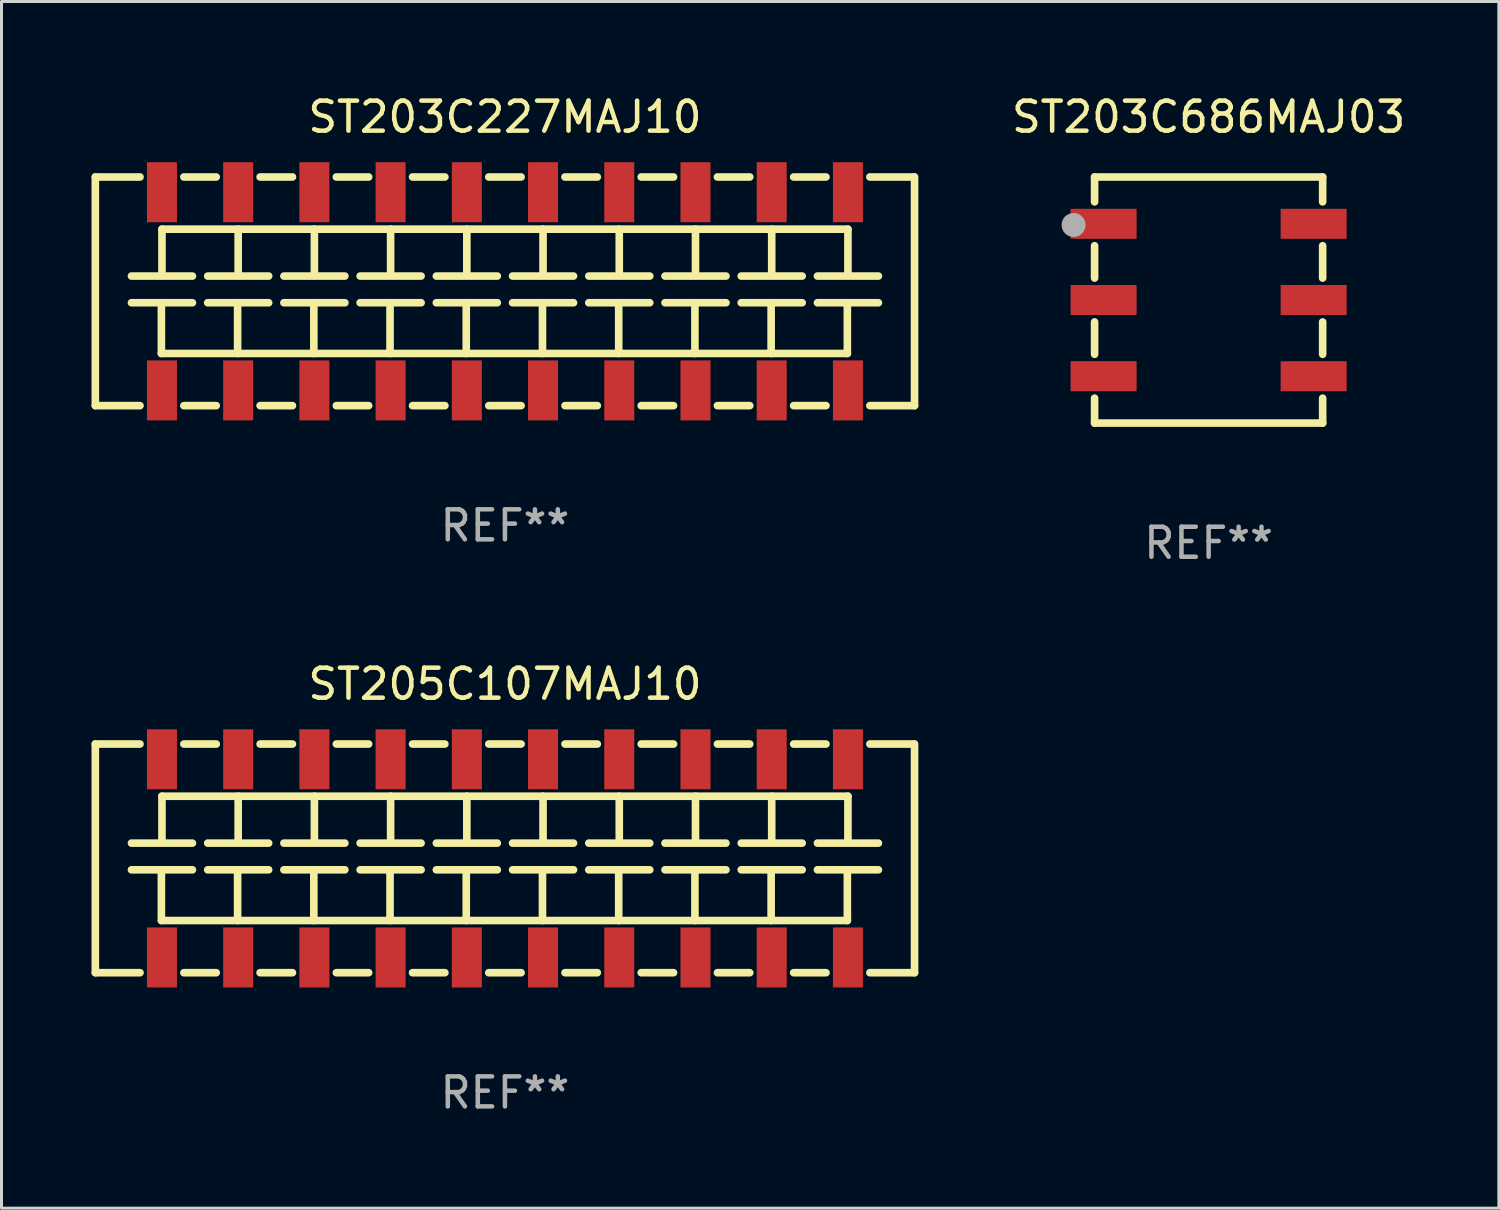
<source format=kicad_pcb>
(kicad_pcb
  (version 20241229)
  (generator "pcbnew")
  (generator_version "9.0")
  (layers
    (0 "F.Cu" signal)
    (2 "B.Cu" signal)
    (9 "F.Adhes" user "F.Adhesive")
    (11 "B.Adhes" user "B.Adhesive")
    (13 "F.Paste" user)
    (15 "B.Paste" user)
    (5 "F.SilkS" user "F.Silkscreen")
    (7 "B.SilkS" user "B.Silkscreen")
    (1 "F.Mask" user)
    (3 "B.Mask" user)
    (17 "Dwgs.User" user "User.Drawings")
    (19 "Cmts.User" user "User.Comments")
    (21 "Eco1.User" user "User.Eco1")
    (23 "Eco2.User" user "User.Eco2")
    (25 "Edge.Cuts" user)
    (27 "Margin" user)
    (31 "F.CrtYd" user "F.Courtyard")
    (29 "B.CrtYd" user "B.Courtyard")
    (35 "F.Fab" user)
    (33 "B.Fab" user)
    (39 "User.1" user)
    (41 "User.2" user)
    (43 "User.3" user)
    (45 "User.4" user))
  (footprint "ST203C227MAJ10"
    (layer "F.Cu")
    (at 13.777 6.658)
    (property "Reference" "ST203C227MAJ10" (at 0 -5.81 0) (layer "F.SilkS") (effects (font (size 1 1) (thickness 0.15))))
    (attr through_hole)
    (fp_line (start -13.65 -3.81) (end -12.161 -3.81) (stroke (width 0.254) (type solid)) (layer "F.SilkS"))
    (fp_line (start -13.65 3.81) (end -13.65 -3.81) (stroke (width 0.254) (type solid)) (layer "F.SilkS"))
    (fp_line (start -12.446 -0.508) (end -10.414 -0.508) (stroke (width 0.254) (type solid)) (layer "F.SilkS"))
    (fp_line (start -12.446 0.381) (end -10.414 0.381) (stroke (width 0.254) (type solid)) (layer "F.SilkS"))
    (fp_line (start -12.161 3.81) (end -13.65 3.81) (stroke (width 0.254) (type solid)) (layer "F.SilkS"))
    (fp_line (start -11.449 0.381) (end -11.449 2.071) (stroke (width 0.254) (type solid)) (layer "F.SilkS"))
    (fp_line (start -11.449 2.071) (end 11.411 2.071) (stroke (width 0.254) (type solid)) (layer "F.SilkS"))
    (fp_line (start -11.43 -0.635) (end -11.43 -2.071) (stroke (width 0.254) (type solid)) (layer "F.SilkS"))
    (fp_line (start -10.699 -3.81) (end -9.621 -3.81) (stroke (width 0.254) (type solid)) (layer "F.SilkS"))
    (fp_line (start -9.906 -0.508) (end -7.874 -0.508) (stroke (width 0.254) (type solid)) (layer "F.SilkS"))
    (fp_line (start -9.906 0.381) (end -7.874 0.381) (stroke (width 0.254) (type solid)) (layer "F.SilkS"))
    (fp_line (start -9.621 3.81) (end -10.699 3.81) (stroke (width 0.254) (type solid)) (layer "F.SilkS"))
    (fp_line (start -8.909 0.381) (end -8.909 2.071) (stroke (width 0.254) (type solid)) (layer "F.SilkS"))
    (fp_line (start -8.89 -0.635) (end -8.89 -2.071) (stroke (width 0.254) (type solid)) (layer "F.SilkS"))
    (fp_line (start -8.159 -3.81) (end -7.081 -3.81) (stroke (width 0.254) (type solid)) (layer "F.SilkS"))
    (fp_line (start -7.366 -0.508) (end -5.334 -0.508) (stroke (width 0.254) (type solid)) (layer "F.SilkS"))
    (fp_line (start -7.366 0.381) (end -5.334 0.381) (stroke (width 0.254) (type solid)) (layer "F.SilkS"))
    (fp_line (start -7.081 3.81) (end -8.159 3.81) (stroke (width 0.254) (type solid)) (layer "F.SilkS"))
    (fp_line (start -6.369 0.381) (end -6.369 2.071) (stroke (width 0.254) (type solid)) (layer "F.SilkS"))
    (fp_line (start -6.35 -0.635) (end -6.35 -2.071) (stroke (width 0.254) (type solid)) (layer "F.SilkS"))
    (fp_line (start -5.619 -3.81) (end -4.541 -3.81) (stroke (width 0.254) (type solid)) (layer "F.SilkS"))
    (fp_line (start -4.826 -0.508) (end -2.794 -0.508) (stroke (width 0.254) (type solid)) (layer "F.SilkS"))
    (fp_line (start -4.826 0.381) (end -2.794 0.381) (stroke (width 0.254) (type solid)) (layer "F.SilkS"))
    (fp_line (start -4.541 3.81) (end -5.619 3.81) (stroke (width 0.254) (type solid)) (layer "F.SilkS"))
    (fp_line (start -3.829 0.381) (end -3.829 2.071) (stroke (width 0.254) (type solid)) (layer "F.SilkS"))
    (fp_line (start -3.81 -0.635) (end -3.81 -2.071) (stroke (width 0.254) (type solid)) (layer "F.SilkS"))
    (fp_line (start -3.079 -3.81) (end -2.001 -3.81) (stroke (width 0.254) (type solid)) (layer "F.SilkS"))
    (fp_line (start -2.286 -0.508) (end -0.254 -0.508) (stroke (width 0.254) (type solid)) (layer "F.SilkS"))
    (fp_line (start -2.286 0.381) (end -0.254 0.381) (stroke (width 0.254) (type solid)) (layer "F.SilkS"))
    (fp_line (start -2.001 3.81) (end -3.079 3.81) (stroke (width 0.254) (type solid)) (layer "F.SilkS"))
    (fp_line (start -1.289 0.381) (end -1.289 2.071) (stroke (width 0.254) (type solid)) (layer "F.SilkS"))
    (fp_line (start -1.27 -0.635) (end -1.27 -2.071) (stroke (width 0.254) (type solid)) (layer "F.SilkS"))
    (fp_line (start -0.539 -3.81) (end 0.539 -3.81) (stroke (width 0.254) (type solid)) (layer "F.SilkS"))
    (fp_line (start 0.254 -0.508) (end 2.286 -0.508) (stroke (width 0.254) (type solid)) (layer "F.SilkS"))
    (fp_line (start 0.254 0.381) (end 2.286 0.381) (stroke (width 0.254) (type solid)) (layer "F.SilkS"))
    (fp_line (start 0.539 3.81) (end -0.539 3.81) (stroke (width 0.254) (type solid)) (layer "F.SilkS"))
    (fp_line (start 1.251 0.381) (end 1.251 2.071) (stroke (width 0.254) (type solid)) (layer "F.SilkS"))
    (fp_line (start 1.27 -0.635) (end 1.27 -2.071) (stroke (width 0.254) (type solid)) (layer "F.SilkS"))
    (fp_line (start 2.001 -3.81) (end 3.079 -3.81) (stroke (width 0.254) (type solid)) (layer "F.SilkS"))
    (fp_line (start 2.794 -0.508) (end 4.826 -0.508) (stroke (width 0.254) (type solid)) (layer "F.SilkS"))
    (fp_line (start 2.794 0.381) (end 4.826 0.381) (stroke (width 0.254) (type solid)) (layer "F.SilkS"))
    (fp_line (start 3.079 3.81) (end 2.001 3.81) (stroke (width 0.254) (type solid)) (layer "F.SilkS"))
    (fp_line (start 3.791 0.381) (end 3.791 2.071) (stroke (width 0.254) (type solid)) (layer "F.SilkS"))
    (fp_line (start 3.81 -0.635) (end 3.81 -2.071) (stroke (width 0.254) (type solid)) (layer "F.SilkS"))
    (fp_line (start 4.541 -3.81) (end 5.619 -3.81) (stroke (width 0.254) (type solid)) (layer "F.SilkS"))
    (fp_line (start 5.334 -0.508) (end 7.366 -0.508) (stroke (width 0.254) (type solid)) (layer "F.SilkS"))
    (fp_line (start 5.334 0.381) (end 7.366 0.381) (stroke (width 0.254) (type solid)) (layer "F.SilkS"))
    (fp_line (start 5.619 3.81) (end 4.541 3.81) (stroke (width 0.254) (type solid)) (layer "F.SilkS"))
    (fp_line (start 6.331 0.381) (end 6.331 2.071) (stroke (width 0.254) (type solid)) (layer "F.SilkS"))
    (fp_line (start 6.35 -0.635) (end 6.35 -2.071) (stroke (width 0.254) (type solid)) (layer "F.SilkS"))
    (fp_line (start 7.081 -3.81) (end 8.159 -3.81) (stroke (width 0.254) (type solid)) (layer "F.SilkS"))
    (fp_line (start 7.874 -0.508) (end 9.906 -0.508) (stroke (width 0.254) (type solid)) (layer "F.SilkS"))
    (fp_line (start 7.874 0.381) (end 9.906 0.381) (stroke (width 0.254) (type solid)) (layer "F.SilkS"))
    (fp_line (start 8.159 3.81) (end 7.081 3.81) (stroke (width 0.254) (type solid)) (layer "F.SilkS"))
    (fp_line (start 8.871 0.381) (end 8.871 2.071) (stroke (width 0.254) (type solid)) (layer "F.SilkS"))
    (fp_line (start 8.89 -0.635) (end 8.89 -2.071) (stroke (width 0.254) (type solid)) (layer "F.SilkS"))
    (fp_line (start 9.621 -3.81) (end 10.699 -3.81) (stroke (width 0.254) (type solid)) (layer "F.SilkS"))
    (fp_line (start 10.414 -0.508) (end 12.446 -0.508) (stroke (width 0.254) (type solid)) (layer "F.SilkS"))
    (fp_line (start 10.414 0.381) (end 12.446 0.381) (stroke (width 0.254) (type solid)) (layer "F.SilkS"))
    (fp_line (start 10.699 3.81) (end 9.621 3.81) (stroke (width 0.254) (type solid)) (layer "F.SilkS"))
    (fp_line (start 11.411 0.381) (end 11.411 2.071) (stroke (width 0.254) (type solid)) (layer "F.SilkS"))
    (fp_line (start 11.43 -2.071) (end -11.43 -2.071) (stroke (width 0.254) (type solid)) (layer "F.SilkS"))
    (fp_line (start 11.43 -0.635) (end 11.43 -2.071) (stroke (width 0.254) (type solid)) (layer "F.SilkS"))
    (fp_line (start 12.161 -3.81) (end 13.64 -3.81) (stroke (width 0.254) (type solid)) (layer "F.SilkS"))
    (fp_line (start 13.65 -3.81) (end 13.65 3.81) (stroke (width 0.254) (type solid)) (layer "F.SilkS"))
    (fp_line (start 13.65 3.81) (end 12.161 3.81) (stroke (width 0.254) (type solid)) (layer "F.SilkS"))
    (fp_circle (center -13.65 3.81) (end -13.62 3.81) (stroke (width 0.06) (type solid)) (fill no) (layer "F.SilkS"))
    (fp_text user "REF**" (at 0 7.81 0) (layer "F.Fab") (effects (font (size 1 1) (thickness 0.15))))
    (pad "1" smd rect (at -11.43 3.302) (size 1 2) (layers "F.Cu" "F.Mask" "F.Paste"))
    (pad "2" smd rect (at -11.43 -3.302) (size 1 2) (layers "F.Cu" "F.Mask" "F.Paste"))
    (pad "3" smd rect (at -8.89 3.302) (size 1 2) (layers "F.Cu" "F.Mask" "F.Paste"))
    (pad "4" smd rect (at -8.89 -3.302) (size 1 2) (layers "F.Cu" "F.Mask" "F.Paste"))
    (pad "5" smd rect (at -6.35 3.302) (size 1 2) (layers "F.Cu" "F.Mask" "F.Paste"))
    (pad "6" smd rect (at -6.35 -3.302) (size 1 2) (layers "F.Cu" "F.Mask" "F.Paste"))
    (pad "7" smd rect (at -3.81 3.302) (size 1 2) (layers "F.Cu" "F.Mask" "F.Paste"))
    (pad "8" smd rect (at -3.81 -3.302) (size 1 2) (layers "F.Cu" "F.Mask" "F.Paste"))
    (pad "9" smd rect (at -1.27 3.302) (size 1 2) (layers "F.Cu" "F.Mask" "F.Paste"))
    (pad "10" smd rect (at -1.27 -3.302) (size 1 2) (layers "F.Cu" "F.Mask" "F.Paste"))
    (pad "11" smd rect (at 1.27 3.302) (size 1 2) (layers "F.Cu" "F.Mask" "F.Paste"))
    (pad "12" smd rect (at 1.27 -3.302) (size 1 2) (layers "F.Cu" "F.Mask" "F.Paste"))
    (pad "13" smd rect (at 3.81 3.302) (size 1 2) (layers "F.Cu" "F.Mask" "F.Paste"))
    (pad "14" smd rect (at 3.81 -3.302) (size 1 2) (layers "F.Cu" "F.Mask" "F.Paste"))
    (pad "15" smd rect (at 6.35 3.302) (size 1 2) (layers "F.Cu" "F.Mask" "F.Paste"))
    (pad "16" smd rect (at 6.35 -3.302) (size 1 2) (layers "F.Cu" "F.Mask" "F.Paste"))
    (pad "17" smd rect (at 8.89 3.302) (size 1 2) (layers "F.Cu" "F.Mask" "F.Paste"))
    (pad "18" smd rect (at 8.89 -3.302) (size 1 2) (layers "F.Cu" "F.Mask" "F.Paste"))
    (pad "19" smd rect (at 11.43 3.302) (size 1 2) (layers "F.Cu" "F.Mask" "F.Paste"))
    (pad "20" smd rect (at 11.43 -3.302) (size 1 2) (layers "F.Cu" "F.Mask" "F.Paste")))
  (footprint "ST205C107MAJ10"
    (layer "F.Cu")
    (at 13.777 25.555)
    (property "Reference" "ST205C107MAJ10" (at 0 -5.81 0) (layer "F.SilkS") (effects (font (size 1 1) (thickness 0.15))))
    (attr through_hole)
    (fp_line (start -13.65 -3.81) (end -12.161 -3.81) (stroke (width 0.254) (type solid)) (layer "F.SilkS"))
    (fp_line (start -13.65 3.81) (end -13.65 -3.81) (stroke (width 0.254) (type solid)) (layer "F.SilkS"))
    (fp_line (start -12.446 -0.508) (end -10.414 -0.508) (stroke (width 0.254) (type solid)) (layer "F.SilkS"))
    (fp_line (start -12.446 0.381) (end -10.414 0.381) (stroke (width 0.254) (type solid)) (layer "F.SilkS"))
    (fp_line (start -12.161 3.81) (end -13.65 3.81) (stroke (width 0.254) (type solid)) (layer "F.SilkS"))
    (fp_line (start -11.449 0.381) (end -11.449 2.071) (stroke (width 0.254) (type solid)) (layer "F.SilkS"))
    (fp_line (start -11.449 2.071) (end 11.411 2.071) (stroke (width 0.254) (type solid)) (layer "F.SilkS"))
    (fp_line (start -11.43 -0.635) (end -11.43 -2.071) (stroke (width 0.254) (type solid)) (layer "F.SilkS"))
    (fp_line (start -10.699 -3.81) (end -9.621 -3.81) (stroke (width 0.254) (type solid)) (layer "F.SilkS"))
    (fp_line (start -9.906 -0.508) (end -7.874 -0.508) (stroke (width 0.254) (type solid)) (layer "F.SilkS"))
    (fp_line (start -9.906 0.381) (end -7.874 0.381) (stroke (width 0.254) (type solid)) (layer "F.SilkS"))
    (fp_line (start -9.621 3.81) (end -10.699 3.81) (stroke (width 0.254) (type solid)) (layer "F.SilkS"))
    (fp_line (start -8.909 0.381) (end -8.909 2.071) (stroke (width 0.254) (type solid)) (layer "F.SilkS"))
    (fp_line (start -8.89 -0.635) (end -8.89 -2.071) (stroke (width 0.254) (type solid)) (layer "F.SilkS"))
    (fp_line (start -8.159 -3.81) (end -7.081 -3.81) (stroke (width 0.254) (type solid)) (layer "F.SilkS"))
    (fp_line (start -7.366 -0.508) (end -5.334 -0.508) (stroke (width 0.254) (type solid)) (layer "F.SilkS"))
    (fp_line (start -7.366 0.381) (end -5.334 0.381) (stroke (width 0.254) (type solid)) (layer "F.SilkS"))
    (fp_line (start -7.081 3.81) (end -8.159 3.81) (stroke (width 0.254) (type solid)) (layer "F.SilkS"))
    (fp_line (start -6.369 0.381) (end -6.369 2.071) (stroke (width 0.254) (type solid)) (layer "F.SilkS"))
    (fp_line (start -6.35 -0.635) (end -6.35 -2.071) (stroke (width 0.254) (type solid)) (layer "F.SilkS"))
    (fp_line (start -5.619 -3.81) (end -4.541 -3.81) (stroke (width 0.254) (type solid)) (layer "F.SilkS"))
    (fp_line (start -4.826 -0.508) (end -2.794 -0.508) (stroke (width 0.254) (type solid)) (layer "F.SilkS"))
    (fp_line (start -4.826 0.381) (end -2.794 0.381) (stroke (width 0.254) (type solid)) (layer "F.SilkS"))
    (fp_line (start -4.541 3.81) (end -5.619 3.81) (stroke (width 0.254) (type solid)) (layer "F.SilkS"))
    (fp_line (start -3.829 0.381) (end -3.829 2.071) (stroke (width 0.254) (type solid)) (layer "F.SilkS"))
    (fp_line (start -3.81 -0.635) (end -3.81 -2.071) (stroke (width 0.254) (type solid)) (layer "F.SilkS"))
    (fp_line (start -3.079 -3.81) (end -2.001 -3.81) (stroke (width 0.254) (type solid)) (layer "F.SilkS"))
    (fp_line (start -2.286 -0.508) (end -0.254 -0.508) (stroke (width 0.254) (type solid)) (layer "F.SilkS"))
    (fp_line (start -2.286 0.381) (end -0.254 0.381) (stroke (width 0.254) (type solid)) (layer "F.SilkS"))
    (fp_line (start -2.001 3.81) (end -3.079 3.81) (stroke (width 0.254) (type solid)) (layer "F.SilkS"))
    (fp_line (start -1.289 0.381) (end -1.289 2.071) (stroke (width 0.254) (type solid)) (layer "F.SilkS"))
    (fp_line (start -1.27 -0.635) (end -1.27 -2.071) (stroke (width 0.254) (type solid)) (layer "F.SilkS"))
    (fp_line (start -0.539 -3.81) (end 0.539 -3.81) (stroke (width 0.254) (type solid)) (layer "F.SilkS"))
    (fp_line (start 0.254 -0.508) (end 2.286 -0.508) (stroke (width 0.254) (type solid)) (layer "F.SilkS"))
    (fp_line (start 0.254 0.381) (end 2.286 0.381) (stroke (width 0.254) (type solid)) (layer "F.SilkS"))
    (fp_line (start 0.539 3.81) (end -0.539 3.81) (stroke (width 0.254) (type solid)) (layer "F.SilkS"))
    (fp_line (start 1.251 0.381) (end 1.251 2.071) (stroke (width 0.254) (type solid)) (layer "F.SilkS"))
    (fp_line (start 1.27 -0.635) (end 1.27 -2.071) (stroke (width 0.254) (type solid)) (layer "F.SilkS"))
    (fp_line (start 2.001 -3.81) (end 3.079 -3.81) (stroke (width 0.254) (type solid)) (layer "F.SilkS"))
    (fp_line (start 2.794 -0.508) (end 4.826 -0.508) (stroke (width 0.254) (type solid)) (layer "F.SilkS"))
    (fp_line (start 2.794 0.381) (end 4.826 0.381) (stroke (width 0.254) (type solid)) (layer "F.SilkS"))
    (fp_line (start 3.079 3.81) (end 2.001 3.81) (stroke (width 0.254) (type solid)) (layer "F.SilkS"))
    (fp_line (start 3.791 0.381) (end 3.791 2.071) (stroke (width 0.254) (type solid)) (layer "F.SilkS"))
    (fp_line (start 3.81 -0.635) (end 3.81 -2.071) (stroke (width 0.254) (type solid)) (layer "F.SilkS"))
    (fp_line (start 4.541 -3.81) (end 5.619 -3.81) (stroke (width 0.254) (type solid)) (layer "F.SilkS"))
    (fp_line (start 5.334 -0.508) (end 7.366 -0.508) (stroke (width 0.254) (type solid)) (layer "F.SilkS"))
    (fp_line (start 5.334 0.381) (end 7.366 0.381) (stroke (width 0.254) (type solid)) (layer "F.SilkS"))
    (fp_line (start 5.619 3.81) (end 4.541 3.81) (stroke (width 0.254) (type solid)) (layer "F.SilkS"))
    (fp_line (start 6.331 0.381) (end 6.331 2.071) (stroke (width 0.254) (type solid)) (layer "F.SilkS"))
    (fp_line (start 6.35 -0.635) (end 6.35 -2.071) (stroke (width 0.254) (type solid)) (layer "F.SilkS"))
    (fp_line (start 7.081 -3.81) (end 8.159 -3.81) (stroke (width 0.254) (type solid)) (layer "F.SilkS"))
    (fp_line (start 7.874 -0.508) (end 9.906 -0.508) (stroke (width 0.254) (type solid)) (layer "F.SilkS"))
    (fp_line (start 7.874 0.381) (end 9.906 0.381) (stroke (width 0.254) (type solid)) (layer "F.SilkS"))
    (fp_line (start 8.159 3.81) (end 7.081 3.81) (stroke (width 0.254) (type solid)) (layer "F.SilkS"))
    (fp_line (start 8.871 0.381) (end 8.871 2.071) (stroke (width 0.254) (type solid)) (layer "F.SilkS"))
    (fp_line (start 8.89 -0.635) (end 8.89 -2.071) (stroke (width 0.254) (type solid)) (layer "F.SilkS"))
    (fp_line (start 9.621 -3.81) (end 10.699 -3.81) (stroke (width 0.254) (type solid)) (layer "F.SilkS"))
    (fp_line (start 10.414 -0.508) (end 12.446 -0.508) (stroke (width 0.254) (type solid)) (layer "F.SilkS"))
    (fp_line (start 10.414 0.381) (end 12.446 0.381) (stroke (width 0.254) (type solid)) (layer "F.SilkS"))
    (fp_line (start 10.699 3.81) (end 9.621 3.81) (stroke (width 0.254) (type solid)) (layer "F.SilkS"))
    (fp_line (start 11.411 0.381) (end 11.411 2.071) (stroke (width 0.254) (type solid)) (layer "F.SilkS"))
    (fp_line (start 11.43 -2.071) (end -11.43 -2.071) (stroke (width 0.254) (type solid)) (layer "F.SilkS"))
    (fp_line (start 11.43 -0.635) (end 11.43 -2.071) (stroke (width 0.254) (type solid)) (layer "F.SilkS"))
    (fp_line (start 12.161 -3.81) (end 13.64 -3.81) (stroke (width 0.254) (type solid)) (layer "F.SilkS"))
    (fp_line (start 13.65 -3.81) (end 13.65 3.81) (stroke (width 0.254) (type solid)) (layer "F.SilkS"))
    (fp_line (start 13.65 3.81) (end 12.161 3.81) (stroke (width 0.254) (type solid)) (layer "F.SilkS"))
    (fp_circle (center -13.65 3.81) (end -13.62 3.81) (stroke (width 0.06) (type solid)) (fill no) (layer "F.SilkS"))
    (fp_text user "REF**" (at 0 7.81 0) (layer "F.Fab") (effects (font (size 1 1) (thickness 0.15))))
    (pad "1" smd rect (at -11.43 3.302) (size 1 2) (layers "F.Cu" "F.Mask" "F.Paste"))
    (pad "2" smd rect (at -11.43 -3.302) (size 1 2) (layers "F.Cu" "F.Mask" "F.Paste"))
    (pad "3" smd rect (at -8.89 3.302) (size 1 2) (layers "F.Cu" "F.Mask" "F.Paste"))
    (pad "4" smd rect (at -8.89 -3.302) (size 1 2) (layers "F.Cu" "F.Mask" "F.Paste"))
    (pad "5" smd rect (at -6.35 3.302) (size 1 2) (layers "F.Cu" "F.Mask" "F.Paste"))
    (pad "6" smd rect (at -6.35 -3.302) (size 1 2) (layers "F.Cu" "F.Mask" "F.Paste"))
    (pad "7" smd rect (at -3.81 3.302) (size 1 2) (layers "F.Cu" "F.Mask" "F.Paste"))
    (pad "8" smd rect (at -3.81 -3.302) (size 1 2) (layers "F.Cu" "F.Mask" "F.Paste"))
    (pad "9" smd rect (at -1.27 3.302) (size 1 2) (layers "F.Cu" "F.Mask" "F.Paste"))
    (pad "10" smd rect (at -1.27 -3.302) (size 1 2) (layers "F.Cu" "F.Mask" "F.Paste"))
    (pad "11" smd rect (at 1.27 3.302) (size 1 2) (layers "F.Cu" "F.Mask" "F.Paste"))
    (pad "12" smd rect (at 1.27 -3.302) (size 1 2) (layers "F.Cu" "F.Mask" "F.Paste"))
    (pad "13" smd rect (at 3.81 3.302) (size 1 2) (layers "F.Cu" "F.Mask" "F.Paste"))
    (pad "14" smd rect (at 3.81 -3.302) (size 1 2) (layers "F.Cu" "F.Mask" "F.Paste"))
    (pad "15" smd rect (at 6.35 3.302) (size 1 2) (layers "F.Cu" "F.Mask" "F.Paste"))
    (pad "16" smd rect (at 6.35 -3.302) (size 1 2) (layers "F.Cu" "F.Mask" "F.Paste"))
    (pad "17" smd rect (at 8.89 3.302) (size 1 2) (layers "F.Cu" "F.Mask" "F.Paste"))
    (pad "18" smd rect (at 8.89 -3.302) (size 1 2) (layers "F.Cu" "F.Mask" "F.Paste"))
    (pad "19" smd rect (at 11.43 3.302) (size 1 2) (layers "F.Cu" "F.Mask" "F.Paste"))
    (pad "20" smd rect (at 11.43 -3.302) (size 1 2) (layers "F.Cu" "F.Mask" "F.Paste")))
  (footprint "ST203C686MAJ03"
    (layer "F.Cu")
    (at 37.227 6.948)
    (property "Reference" "ST203C686MAJ03" (at 0 -6.1 0) (layer "F.SilkS") (effects (font (size 1 1) (thickness 0.15))))
    (attr through_hole)
    (fp_line (start -3.8 -4.1) (end -3.8 -3.271) (stroke (width 0.254) (type solid)) (layer "F.SilkS"))
    (fp_line (start -3.8 -1.809) (end -3.8 -0.731) (stroke (width 0.254) (type solid)) (layer "F.SilkS"))
    (fp_line (start -3.8 0.731) (end -3.8 1.809) (stroke (width 0.254) (type solid)) (layer "F.SilkS"))
    (fp_line (start -3.8 3.271) (end -3.8 4.1) (stroke (width 0.254) (type solid)) (layer "F.SilkS"))
    (fp_line (start -3.8 4.1) (end 3.8 4.1) (stroke (width 0.254) (type solid)) (layer "F.SilkS"))
    (fp_line (start 3.8 -4.1) (end -3.8 -4.1) (stroke (width 0.254) (type solid)) (layer "F.SilkS"))
    (fp_line (start 3.8 -3.271) (end 3.8 -4.1) (stroke (width 0.254) (type solid)) (layer "F.SilkS"))
    (fp_line (start 3.8 -0.731) (end 3.8 -1.809) (stroke (width 0.254) (type solid)) (layer "F.SilkS"))
    (fp_line (start 3.8 1.809) (end 3.8 0.731) (stroke (width 0.254) (type solid)) (layer "F.SilkS"))
    (fp_line (start 3.8 4.1) (end 3.8 3.271) (stroke (width 0.254) (type solid)) (layer "F.SilkS"))
    (fp_circle (center -3.8 -4.13) (end -3.77 -4.13) (stroke (width 0.06) (type solid)) (fill no) (layer "F.SilkS"))
    (fp_circle (center -4.5 -2.5) (end -4.3 -2.5) (stroke (width 0.4) (type solid)) (fill no) (layer "F.Fab"))
    (fp_text user "REF**" (at 0 8.1 0) (layer "F.Fab") (effects (font (size 1 1) (thickness 0.15))))
    (pad "1" smd rect (at -3.5 -2.54) (size 2.2 1) (layers "F.Cu" "F.Mask" "F.Paste"))
    (pad "2" smd rect (at -3.5 0) (size 2.2 1) (layers "F.Cu" "F.Mask" "F.Paste"))
    (pad "3" smd rect (at -3.5 2.54) (size 2.2 1) (layers "F.Cu" "F.Mask" "F.Paste"))
    (pad "4" smd rect (at 3.5 2.54) (size 2.2 1) (layers "F.Cu" "F.Mask" "F.Paste"))
    (pad "5" smd rect (at 3.5 0) (size 2.2 1) (layers "F.Cu" "F.Mask" "F.Paste"))
    (pad "6" smd rect (at 3.5 -2.54) (size 2.2 1) (layers "F.Cu" "F.Mask" "F.Paste")))
  (gr_rect
    (start -3 -3)
    (end 46.899 37.213)
    (stroke (width 0.1) (type default))
    (fill no)
    (layer "Edge.Cuts")))
</source>
